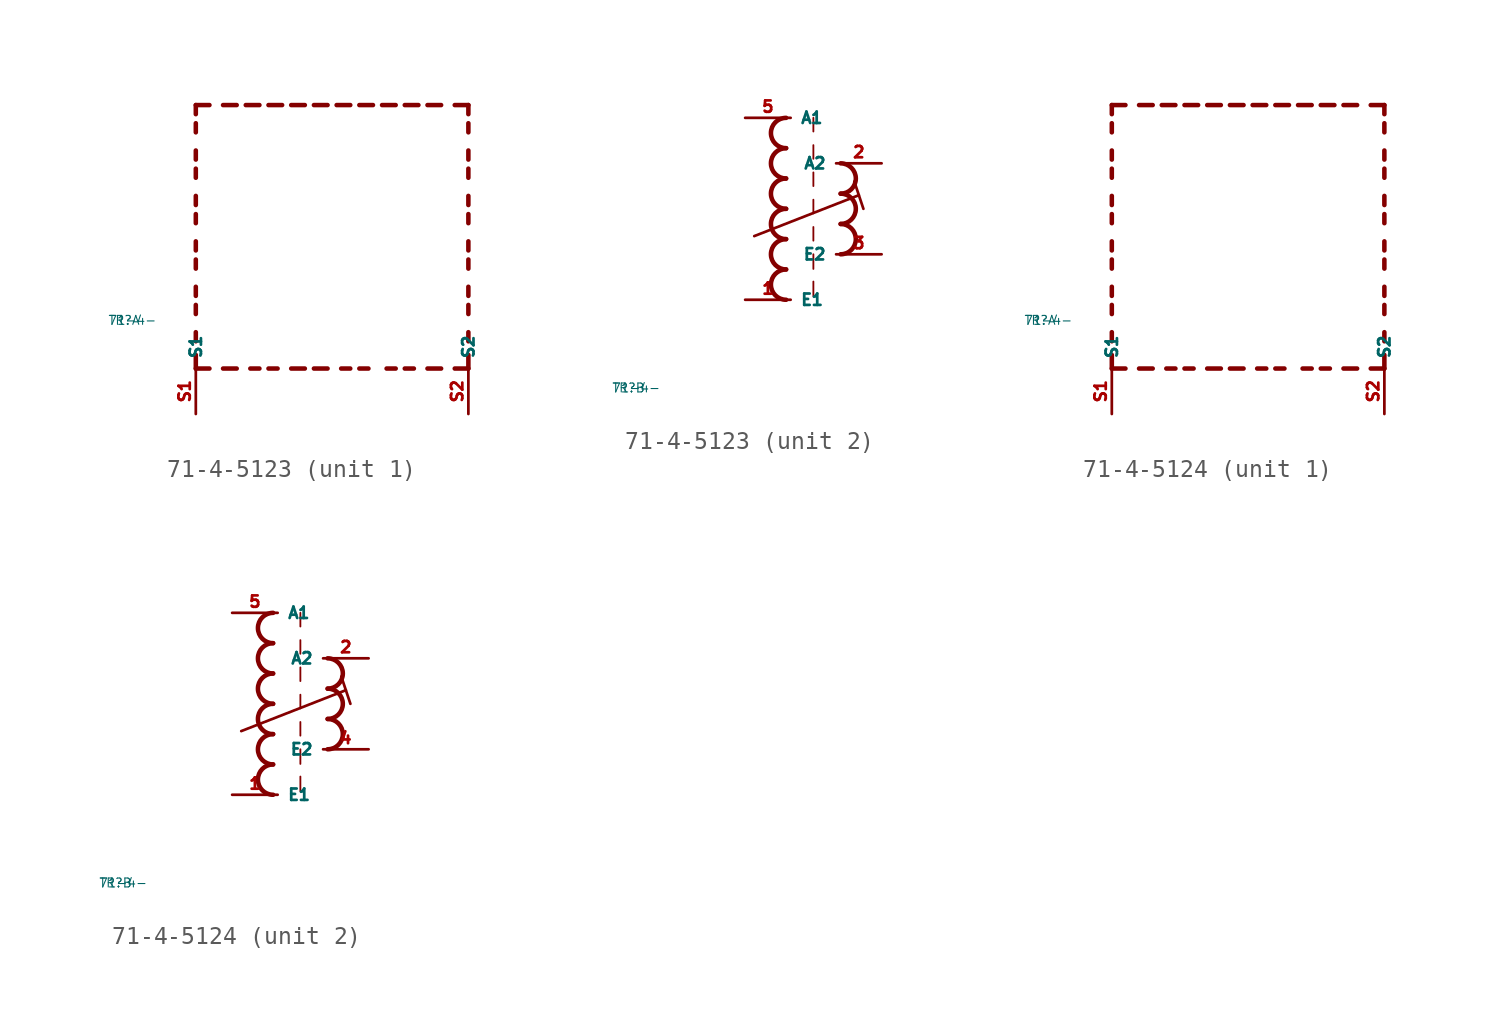
<source format=kicad_sym>
(kicad_symbol_lib
  (version 20220914)
  (generator kicad_symbol_editor)
  (symbol "71-4-5123"
    (property "Reference" "TR"
      (at -10 -10 0)
      (effects (font (size 0.5 0.5) (thickness 0.06)) (justify left)))
    (property "Value" "71-4-"
      (at -10 -10 0)
      (effects (font (size 0.5 0.5) (thickness 0.06)) (justify left)))
    (symbol "71-4-5123_1_0"
      (polyline (pts (xy -5.08 -12.7) (xy -5.08 -11.938)) (stroke (width 0.254) (type default)) (fill (type none)))
      (polyline (pts (xy -5.08 -12.7) (xy -4.318 -12.7)) (stroke (width 0.254) (type default)) (fill (type none)))
      (polyline (pts (xy -5.08 -11.176) (xy -5.08 -10.668)) (stroke (width 0.254) (type default)) (fill (type none)))
      (polyline (pts (xy -5.08 -9.652) (xy -5.08 -9.144)) (stroke (width 0.254) (type default)) (fill (type none)))
      (polyline (pts (xy -5.08 -8.636) (xy -5.08 -8.128)) (stroke (width 0.254) (type default)) (fill (type none)))
      (polyline (pts (xy -5.08 -7.112) (xy -5.08 -6.604)) (stroke (width 0.254) (type default)) (fill (type none)))
      (polyline (pts (xy -5.08 -6.096) (xy -5.08 -5.588)) (stroke (width 0.254) (type default)) (fill (type none)))
      (polyline (pts (xy -5.08 -4.572) (xy -5.08 -4.064)) (stroke (width 0.254) (type default)) (fill (type none)))
      (polyline (pts (xy -5.08 -3.556) (xy -5.08 -3.048)) (stroke (width 0.254) (type default)) (fill (type none)))
      (polyline (pts (xy -5.08 -2.032) (xy -5.08 -1.524)) (stroke (width 0.254) (type default)) (fill (type none)))
      (polyline (pts (xy -5.08 -1.016) (xy -5.08 -0.508)) (stroke (width 0.254) (type default)) (fill (type none)))
      (polyline (pts (xy -5.08 0.508) (xy -5.08 1.016)) (stroke (width 0.254) (type default)) (fill (type none)))
      (polyline (pts (xy -5.08 1.524) (xy -5.08 2.032)) (stroke (width 0.254) (type default)) (fill (type none)))
      (polyline (pts (xy -5.08 2.032) (xy -4.318 2.032)) (stroke (width 0.254) (type default)) (fill (type none)))
      (polyline (pts (xy -3.556 -12.7) (xy -2.794 -12.7)) (stroke (width 0.254) (type default)) (fill (type none)))
      (polyline (pts (xy -3.556 2.032) (xy -2.794 2.032)) (stroke (width 0.254) (type default)) (fill (type none)))
      (polyline (pts (xy -1.524 -12.7) (xy -2.032 -12.7)) (stroke (width 0.254) (type default)) (fill (type none)))
      (polyline (pts (xy -1.524 2.032) (xy -2.286 2.032)) (stroke (width 0.254) (type default)) (fill (type none)))
      (polyline (pts (xy -1.016 2.032) (xy -0.254 2.032)) (stroke (width 0.254) (type default)) (fill (type none)))
      (polyline (pts (xy -0.508 -12.7) (xy -1.016 -12.7)) (stroke (width 0.254) (type default)) (fill (type none)))
      (polyline (pts (xy 1.016 -12.7) (xy 0.254 -12.7)) (stroke (width 0.254) (type default)) (fill (type none)))
      (polyline (pts (xy 1.016 2.032) (xy 0.254 2.032)) (stroke (width 0.254) (type default)) (fill (type none)))
      (polyline (pts (xy 1.524 -12.7) (xy 2.286 -12.7)) (stroke (width 0.254) (type default)) (fill (type none)))
      (polyline (pts (xy 1.524 2.032) (xy 2.286 2.032)) (stroke (width 0.254) (type default)) (fill (type none)))
      (polyline (pts (xy 3.556 -12.7) (xy 3.048 -12.7)) (stroke (width 0.254) (type default)) (fill (type none)))
      (polyline (pts (xy 3.556 2.032) (xy 2.794 2.032)) (stroke (width 0.254) (type default)) (fill (type none)))
      (polyline (pts (xy 4.064 2.032) (xy 4.826 2.032)) (stroke (width 0.254) (type default)) (fill (type none)))
      (polyline (pts (xy 4.572 -12.7) (xy 4.064 -12.7)) (stroke (width 0.254) (type default)) (fill (type none)))
      (polyline (pts (xy 6.096 -12.7) (xy 5.588 -12.7)) (stroke (width 0.254) (type default)) (fill (type none)))
      (polyline (pts (xy 6.096 2.032) (xy 5.334 2.032)) (stroke (width 0.254) (type default)) (fill (type none)))
      (polyline (pts (xy 6.604 2.032) (xy 7.366 2.032)) (stroke (width 0.254) (type default)) (fill (type none)))
      (polyline (pts (xy 7.112 -12.7) (xy 6.604 -12.7)) (stroke (width 0.254) (type default)) (fill (type none)))
      (polyline (pts (xy 8.636 -12.7) (xy 7.874 -12.7)) (stroke (width 0.254) (type default)) (fill (type none)))
      (polyline (pts (xy 8.636 2.032) (xy 7.874 2.032)) (stroke (width 0.254) (type default)) (fill (type none)))
      (polyline (pts (xy 10.16 -12.7) (xy 9.398 -12.7)) (stroke (width 0.254) (type default)) (fill (type none)))
      (polyline (pts (xy 10.16 -12.7) (xy 10.16 -11.938)) (stroke (width 0.254) (type default)) (fill (type none)))
      (polyline (pts (xy 10.16 -11.176) (xy 10.16 -10.668)) (stroke (width 0.254) (type default)) (fill (type none)))
      (polyline (pts (xy 10.16 -9.652) (xy 10.16 -9.144)) (stroke (width 0.254) (type default)) (fill (type none)))
      (polyline (pts (xy 10.16 -8.636) (xy 10.16 -8.128)) (stroke (width 0.254) (type default)) (fill (type none)))
      (polyline (pts (xy 10.16 -7.112) (xy 10.16 -6.604)) (stroke (width 0.254) (type default)) (fill (type none)))
      (polyline (pts (xy 10.16 -6.096) (xy 10.16 -5.588)) (stroke (width 0.254) (type default)) (fill (type none)))
      (polyline (pts (xy 10.16 -4.572) (xy 10.16 -4.064)) (stroke (width 0.254) (type default)) (fill (type none)))
      (polyline (pts (xy 10.16 -3.556) (xy 10.16 -3.048)) (stroke (width 0.254) (type default)) (fill (type none)))
      (polyline (pts (xy 10.16 -2.032) (xy 10.16 -1.524)) (stroke (width 0.254) (type default)) (fill (type none)))
      (polyline (pts (xy 10.16 -1.016) (xy 10.16 -0.508)) (stroke (width 0.254) (type default)) (fill (type none)))
      (polyline (pts (xy 10.16 0.508) (xy 10.16 1.016)) (stroke (width 0.254) (type default)) (fill (type none)))
      (polyline (pts (xy 10.16 1.524) (xy 10.16 2.032)) (stroke (width 0.254) (type default)) (fill (type none)))
      (polyline (pts (xy 10.16 2.032) (xy 9.398 2.032)) (stroke (width 0.254) (type default)) (fill (type none)))
      (pin passive line (at -5.08 -15.24 90) (length 2.54) (name "S1" (effects (font (size 0.635 0.635)))) (number "S1" (effects (font (size 0.635 0.635)))))
      (pin passive line (at 10.16 -15.24 90) (length 2.54) (name "S2" (effects (font (size 0.635 0.635)))) (number "S2" (effects (font (size 0.635 0.635))))))
    (symbol "71-4-5123_2_0"
      (arc (start -0.254 -3.3866) (mid -1.1004 -4.2333) (end -0.254 -5.08) (stroke (width 0.254) (type default)) (fill (type none)))
      (arc (start -0.254 -1.6932) (mid -1.1004 -2.5399) (end -0.254 -3.3866) (stroke (width 0.254) (type default)) (fill (type none)))
      (arc (start -0.254 0) (mid -1.1004 -0.8467) (end -0.254 -1.6934) (stroke (width 0.254) (type default)) (fill (type none)))
      (arc (start -0.254 1.6934) (mid -1.1004 0.8467) (end -0.254 0) (stroke (width 0.254) (type default)) (fill (type none)))
      (arc (start -0.254 3.3866) (mid -1.1002 2.54) (end -0.254 1.6934) (stroke (width 0.254) (type default)) (fill (type none)))
      (arc (start -0.254 5.08) (mid -1.1004 4.2333) (end -0.254 3.3866) (stroke (width 0.254) (type default)) (fill (type none)))
      (polyline (pts (xy -2.032 -1.524) (xy 3.81 0.762)) (stroke (width 0.152) (type default)) (fill (type none)))
      (polyline (pts (xy 1.27 -4.064) (xy 1.27 -4.88)) (stroke (width 0.102) (type default)) (fill (type none)))
      (polyline (pts (xy 1.27 -2.54) (xy 1.27 -3.356)) (stroke (width 0.102) (type default)) (fill (type none)))
      (polyline (pts (xy 1.27 -1.016) (xy 1.27 -1.778)) (stroke (width 0.102) (type default)) (fill (type none)))
      (polyline (pts (xy 1.27 0.508) (xy 1.27 -0.254)) (stroke (width 0.102) (type default)) (fill (type none)))
      (polyline (pts (xy 1.27 2.032) (xy 1.27 1.27)) (stroke (width 0.102) (type default)) (fill (type none)))
      (polyline (pts (xy 1.27 3.556) (xy 1.27 2.794)) (stroke (width 0.102) (type default)) (fill (type none)))
      (polyline (pts (xy 1.27 5.08) (xy 1.27 4.318)) (stroke (width 0.102) (type default)) (fill (type none)))
      (polyline (pts (xy 3.556 1.524) (xy 4.064 0)) (stroke (width 0.152) (type default)) (fill (type none)))
      (arc (start 2.794 -2.54) (mid 3.6404 -1.6933) (end 2.794 -0.8466) (stroke (width 0.254) (type default)) (fill (type none)))
      (arc (start 2.794 -0.8466) (mid 3.6402 0) (end 2.794 0.8466) (stroke (width 0.254) (type default)) (fill (type none)))
      (arc (start 2.794 0.8466) (mid 3.6404 1.6933) (end 2.794 2.54) (stroke (width 0.254) (type default)) (fill (type none)))
      (pin passive line (at -2.54 -5.08 0) (length 2.54) (name "E1" (effects (font (size 0.635 0.635)))) (number "1" (effects (font (size 0.635 0.635)))))
      (pin passive line (at 5.08 2.54 180) (length 2.54) (name "A2" (effects (font (size 0.635 0.635)))) (number "2" (effects (font (size 0.635 0.635)))))
      (pin passive line (at 5.08 -2.54 180) (length 2.54) (name "E2" (effects (font (size 0.635 0.635)))) (number "3" (effects (font (size 0.635 0.635)))))
      (pin passive line (at -2.54 5.08 0) (length 2.54) (name "A1" (effects (font (size 0.635 0.635)))) (number "5" (effects (font (size 0.635 0.635)))))))
  (symbol "71-4-5124"
    (property "Reference" "TR"
      (at -10 -10 0)
      (effects (font (size 0.5 0.5) (thickness 0.06)) (justify left)))
    (property "Value" "71-4-"
      (at -10 -10 0)
      (effects (font (size 0.5 0.5) (thickness 0.06)) (justify left)))
    (symbol "71-4-5124_1_0"
      (polyline (pts (xy -5.08 -12.7) (xy -5.08 -11.938)) (stroke (width 0.254) (type default)) (fill (type none)))
      (polyline (pts (xy -5.08 -12.7) (xy -4.318 -12.7)) (stroke (width 0.254) (type default)) (fill (type none)))
      (polyline (pts (xy -5.08 -11.176) (xy -5.08 -10.668)) (stroke (width 0.254) (type default)) (fill (type none)))
      (polyline (pts (xy -5.08 -9.652) (xy -5.08 -9.144)) (stroke (width 0.254) (type default)) (fill (type none)))
      (polyline (pts (xy -5.08 -8.636) (xy -5.08 -8.128)) (stroke (width 0.254) (type default)) (fill (type none)))
      (polyline (pts (xy -5.08 -7.112) (xy -5.08 -6.604)) (stroke (width 0.254) (type default)) (fill (type none)))
      (polyline (pts (xy -5.08 -6.096) (xy -5.08 -5.588)) (stroke (width 0.254) (type default)) (fill (type none)))
      (polyline (pts (xy -5.08 -4.572) (xy -5.08 -4.064)) (stroke (width 0.254) (type default)) (fill (type none)))
      (polyline (pts (xy -5.08 -3.556) (xy -5.08 -3.048)) (stroke (width 0.254) (type default)) (fill (type none)))
      (polyline (pts (xy -5.08 -2.032) (xy -5.08 -1.524)) (stroke (width 0.254) (type default)) (fill (type none)))
      (polyline (pts (xy -5.08 -1.016) (xy -5.08 -0.508)) (stroke (width 0.254) (type default)) (fill (type none)))
      (polyline (pts (xy -5.08 0.508) (xy -5.08 1.016)) (stroke (width 0.254) (type default)) (fill (type none)))
      (polyline (pts (xy -5.08 1.524) (xy -5.08 2.032)) (stroke (width 0.254) (type default)) (fill (type none)))
      (polyline (pts (xy -5.08 2.032) (xy -4.318 2.032)) (stroke (width 0.254) (type default)) (fill (type none)))
      (polyline (pts (xy -3.556 -12.7) (xy -2.794 -12.7)) (stroke (width 0.254) (type default)) (fill (type none)))
      (polyline (pts (xy -3.556 2.032) (xy -2.794 2.032)) (stroke (width 0.254) (type default)) (fill (type none)))
      (polyline (pts (xy -1.524 -12.7) (xy -2.032 -12.7)) (stroke (width 0.254) (type default)) (fill (type none)))
      (polyline (pts (xy -1.524 2.032) (xy -2.286 2.032)) (stroke (width 0.254) (type default)) (fill (type none)))
      (polyline (pts (xy -1.016 2.032) (xy -0.254 2.032)) (stroke (width 0.254) (type default)) (fill (type none)))
      (polyline (pts (xy -0.508 -12.7) (xy -1.016 -12.7)) (stroke (width 0.254) (type default)) (fill (type none)))
      (polyline (pts (xy 1.016 -12.7) (xy 0.254 -12.7)) (stroke (width 0.254) (type default)) (fill (type none)))
      (polyline (pts (xy 1.016 2.032) (xy 0.254 2.032)) (stroke (width 0.254) (type default)) (fill (type none)))
      (polyline (pts (xy 1.524 -12.7) (xy 2.286 -12.7)) (stroke (width 0.254) (type default)) (fill (type none)))
      (polyline (pts (xy 1.524 2.032) (xy 2.286 2.032)) (stroke (width 0.254) (type default)) (fill (type none)))
      (polyline (pts (xy 3.556 -12.7) (xy 3.048 -12.7)) (stroke (width 0.254) (type default)) (fill (type none)))
      (polyline (pts (xy 3.556 2.032) (xy 2.794 2.032)) (stroke (width 0.254) (type default)) (fill (type none)))
      (polyline (pts (xy 4.064 2.032) (xy 4.826 2.032)) (stroke (width 0.254) (type default)) (fill (type none)))
      (polyline (pts (xy 4.572 -12.7) (xy 4.064 -12.7)) (stroke (width 0.254) (type default)) (fill (type none)))
      (polyline (pts (xy 6.096 -12.7) (xy 5.588 -12.7)) (stroke (width 0.254) (type default)) (fill (type none)))
      (polyline (pts (xy 6.096 2.032) (xy 5.334 2.032)) (stroke (width 0.254) (type default)) (fill (type none)))
      (polyline (pts (xy 6.604 2.032) (xy 7.366 2.032)) (stroke (width 0.254) (type default)) (fill (type none)))
      (polyline (pts (xy 7.112 -12.7) (xy 6.604 -12.7)) (stroke (width 0.254) (type default)) (fill (type none)))
      (polyline (pts (xy 8.636 -12.7) (xy 7.874 -12.7)) (stroke (width 0.254) (type default)) (fill (type none)))
      (polyline (pts (xy 8.636 2.032) (xy 7.874 2.032)) (stroke (width 0.254) (type default)) (fill (type none)))
      (polyline (pts (xy 10.16 -12.7) (xy 9.398 -12.7)) (stroke (width 0.254) (type default)) (fill (type none)))
      (polyline (pts (xy 10.16 -12.7) (xy 10.16 -11.938)) (stroke (width 0.254) (type default)) (fill (type none)))
      (polyline (pts (xy 10.16 -11.176) (xy 10.16 -10.668)) (stroke (width 0.254) (type default)) (fill (type none)))
      (polyline (pts (xy 10.16 -9.652) (xy 10.16 -9.144)) (stroke (width 0.254) (type default)) (fill (type none)))
      (polyline (pts (xy 10.16 -8.636) (xy 10.16 -8.128)) (stroke (width 0.254) (type default)) (fill (type none)))
      (polyline (pts (xy 10.16 -7.112) (xy 10.16 -6.604)) (stroke (width 0.254) (type default)) (fill (type none)))
      (polyline (pts (xy 10.16 -6.096) (xy 10.16 -5.588)) (stroke (width 0.254) (type default)) (fill (type none)))
      (polyline (pts (xy 10.16 -4.572) (xy 10.16 -4.064)) (stroke (width 0.254) (type default)) (fill (type none)))
      (polyline (pts (xy 10.16 -3.556) (xy 10.16 -3.048)) (stroke (width 0.254) (type default)) (fill (type none)))
      (polyline (pts (xy 10.16 -2.032) (xy 10.16 -1.524)) (stroke (width 0.254) (type default)) (fill (type none)))
      (polyline (pts (xy 10.16 -1.016) (xy 10.16 -0.508)) (stroke (width 0.254) (type default)) (fill (type none)))
      (polyline (pts (xy 10.16 0.508) (xy 10.16 1.016)) (stroke (width 0.254) (type default)) (fill (type none)))
      (polyline (pts (xy 10.16 1.524) (xy 10.16 2.032)) (stroke (width 0.254) (type default)) (fill (type none)))
      (polyline (pts (xy 10.16 2.032) (xy 9.398 2.032)) (stroke (width 0.254) (type default)) (fill (type none)))
      (pin passive line (at -5.08 -15.24 90) (length 2.54) (name "S1" (effects (font (size 0.635 0.635)))) (number "S1" (effects (font (size 0.635 0.635)))))
      (pin passive line (at 10.16 -15.24 90) (length 2.54) (name "S2" (effects (font (size 0.635 0.635)))) (number "S2" (effects (font (size 0.635 0.635))))))
    (symbol "71-4-5124_2_0"
      (arc (start -0.254 -3.3866) (mid -1.1004 -4.2333) (end -0.254 -5.08) (stroke (width 0.254) (type default)) (fill (type none)))
      (arc (start -0.254 -1.6932) (mid -1.1004 -2.5399) (end -0.254 -3.3866) (stroke (width 0.254) (type default)) (fill (type none)))
      (arc (start -0.254 0) (mid -1.1004 -0.8467) (end -0.254 -1.6934) (stroke (width 0.254) (type default)) (fill (type none)))
      (arc (start -0.254 1.6934) (mid -1.1004 0.8467) (end -0.254 0) (stroke (width 0.254) (type default)) (fill (type none)))
      (arc (start -0.254 3.3866) (mid -1.1002 2.54) (end -0.254 1.6934) (stroke (width 0.254) (type default)) (fill (type none)))
      (arc (start -0.254 5.08) (mid -1.1004 4.2333) (end -0.254 3.3866) (stroke (width 0.254) (type default)) (fill (type none)))
      (polyline (pts (xy -2.032 -1.524) (xy 3.81 0.762)) (stroke (width 0.152) (type default)) (fill (type none)))
      (polyline (pts (xy 1.27 -4.064) (xy 1.27 -4.88)) (stroke (width 0.102) (type default)) (fill (type none)))
      (polyline (pts (xy 1.27 -2.54) (xy 1.27 -3.356)) (stroke (width 0.102) (type default)) (fill (type none)))
      (polyline (pts (xy 1.27 -1.016) (xy 1.27 -1.778)) (stroke (width 0.102) (type default)) (fill (type none)))
      (polyline (pts (xy 1.27 0.508) (xy 1.27 -0.254)) (stroke (width 0.102) (type default)) (fill (type none)))
      (polyline (pts (xy 1.27 2.032) (xy 1.27 1.27)) (stroke (width 0.102) (type default)) (fill (type none)))
      (polyline (pts (xy 1.27 3.556) (xy 1.27 2.794)) (stroke (width 0.102) (type default)) (fill (type none)))
      (polyline (pts (xy 1.27 5.08) (xy 1.27 4.318)) (stroke (width 0.102) (type default)) (fill (type none)))
      (polyline (pts (xy 3.556 1.524) (xy 4.064 0)) (stroke (width 0.152) (type default)) (fill (type none)))
      (arc (start 2.794 -2.54) (mid 3.6404 -1.6933) (end 2.794 -0.8466) (stroke (width 0.254) (type default)) (fill (type none)))
      (arc (start 2.794 -0.8466) (mid 3.6402 0) (end 2.794 0.8466) (stroke (width 0.254) (type default)) (fill (type none)))
      (arc (start 2.794 0.8466) (mid 3.6404 1.6933) (end 2.794 2.54) (stroke (width 0.254) (type default)) (fill (type none)))
      (pin passive line (at -2.54 -5.08 0) (length 2.54) (name "E1" (effects (font (size 0.635 0.635)))) (number "1" (effects (font (size 0.635 0.635)))))
      (pin passive line (at 5.08 2.54 180) (length 2.54) (name "A2" (effects (font (size 0.635 0.635)))) (number "2" (effects (font (size 0.635 0.635)))))
      (pin passive line (at 5.08 -2.54 180) (length 2.54) (name "E2" (effects (font (size 0.635 0.635)))) (number "4" (effects (font (size 0.635 0.635)))))
      (pin passive line (at -2.54 5.08 0) (length 2.54) (name "A1" (effects (font (size 0.635 0.635)))) (number "5" (effects (font (size 0.635 0.635))))))))
</source>
